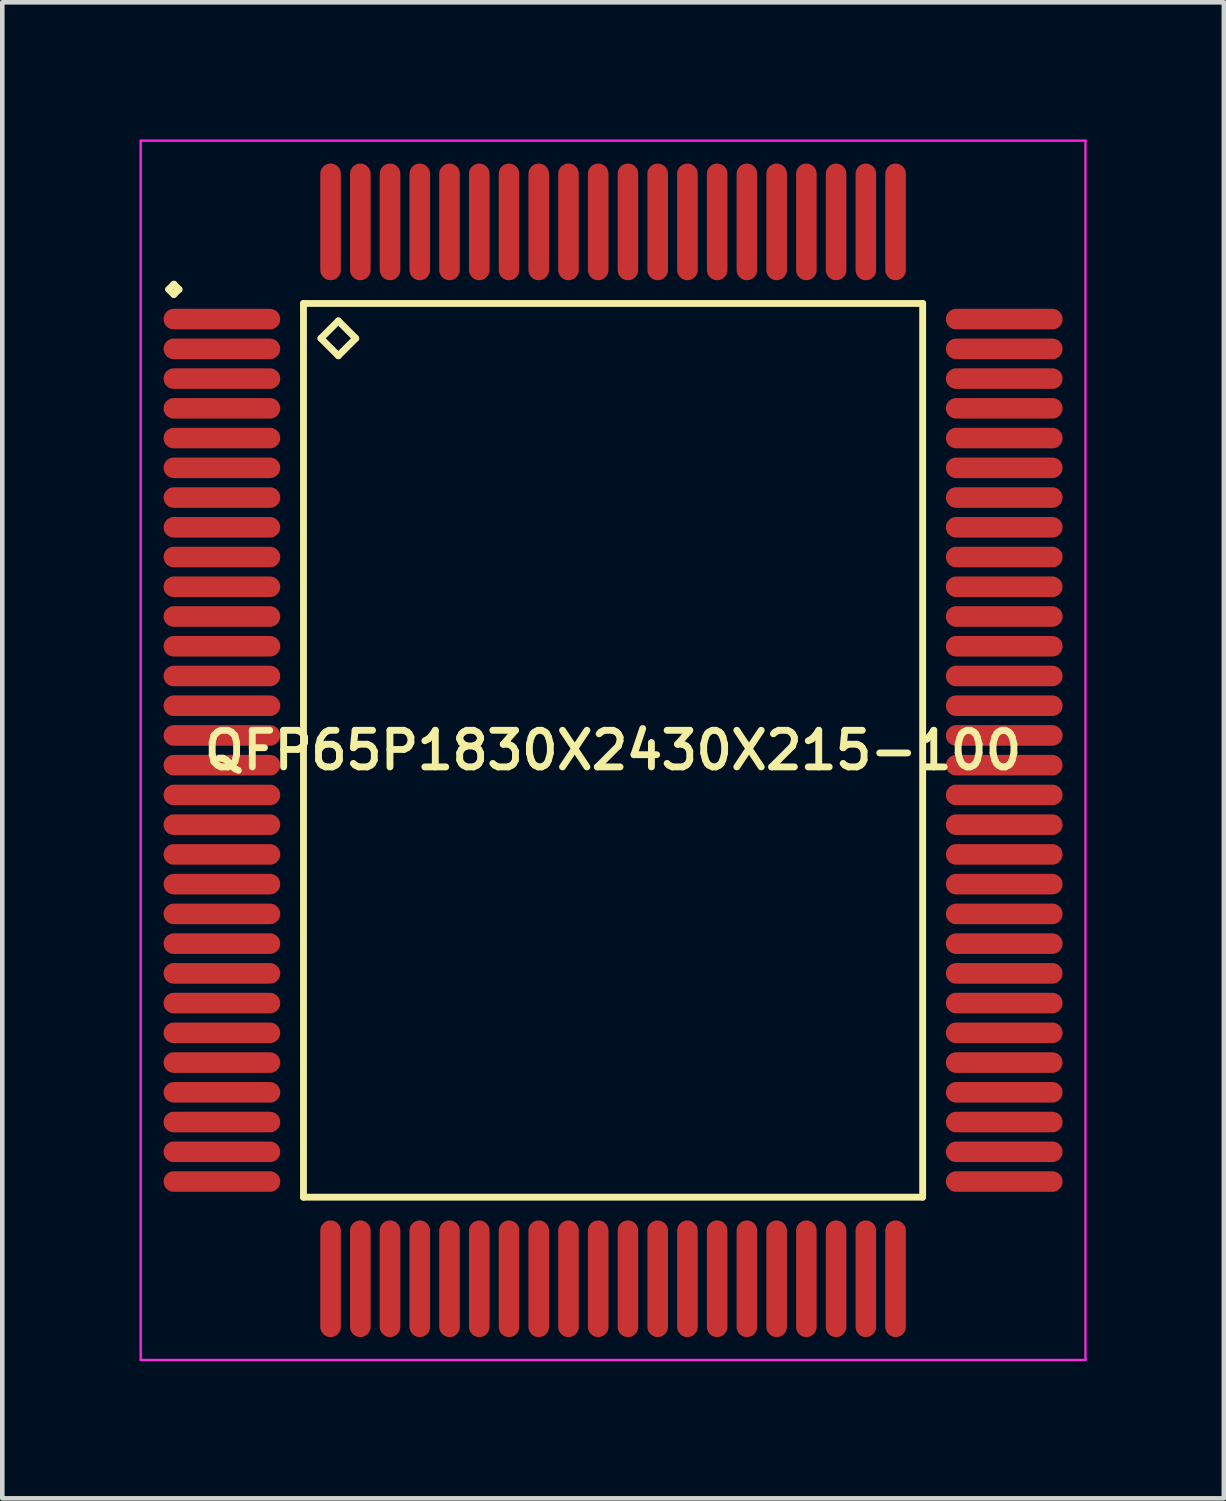
<source format=kicad_pcb>
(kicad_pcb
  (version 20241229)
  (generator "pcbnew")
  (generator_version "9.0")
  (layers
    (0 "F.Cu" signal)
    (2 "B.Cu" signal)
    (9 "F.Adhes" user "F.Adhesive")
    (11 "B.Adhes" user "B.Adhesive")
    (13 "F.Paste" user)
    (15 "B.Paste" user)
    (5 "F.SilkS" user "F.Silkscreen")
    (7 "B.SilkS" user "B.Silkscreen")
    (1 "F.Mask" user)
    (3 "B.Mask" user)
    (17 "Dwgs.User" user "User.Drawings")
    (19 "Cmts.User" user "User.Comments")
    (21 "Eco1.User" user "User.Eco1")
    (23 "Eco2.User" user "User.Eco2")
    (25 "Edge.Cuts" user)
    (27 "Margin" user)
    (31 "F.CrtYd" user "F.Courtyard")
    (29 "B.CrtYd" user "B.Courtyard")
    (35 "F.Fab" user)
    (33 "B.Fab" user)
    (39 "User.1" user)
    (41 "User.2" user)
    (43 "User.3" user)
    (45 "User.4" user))
  (footprint "QFP65P1830X2430X215-100"
    (layer "F.Cu")
    (at 10.35 13.35)
    (property "Reference" "QFP65P1830X2430X215-100" (at 0 0 0) (layer "F.SilkS") (effects (font (size 0.8 0.8) (thickness 0.15))))
    (attr smd)
    (fp_line (start -9.713 -10.075) (end -9.6 -10.188) (stroke (width 0.15) (type solid)) (layer "F.SilkS"))
    (fp_line (start -9.6 -10.188) (end -9.488 -10.075) (stroke (width 0.15) (type solid)) (layer "F.SilkS"))
    (fp_line (start -9.6 -9.963) (end -9.713 -10.075) (stroke (width 0.15) (type solid)) (layer "F.SilkS"))
    (fp_line (start -9.488 -10.075) (end -9.6 -9.963) (stroke (width 0.15) (type solid)) (layer "F.SilkS"))
    (fp_line (start -6.767 -9.767) (end -6.767 9.767) (stroke (width 0.15) (type solid)) (layer "F.SilkS"))
    (fp_line (start -6.767 9.767) (end 6.767 9.767) (stroke (width 0.15) (type solid)) (layer "F.SilkS"))
    (fp_line (start -6.386 -9.005) (end -6.005 -9.386) (stroke (width 0.15) (type solid)) (layer "F.SilkS"))
    (fp_line (start -6.005 -9.386) (end -5.624 -9.005) (stroke (width 0.15) (type solid)) (layer "F.SilkS"))
    (fp_line (start -6.005 -8.624) (end -6.386 -9.005) (stroke (width 0.15) (type solid)) (layer "F.SilkS"))
    (fp_line (start -5.624 -9.005) (end -6.005 -8.624) (stroke (width 0.15) (type solid)) (layer "F.SilkS"))
    (fp_line (start 6.767 -9.767) (end -6.767 -9.767) (stroke (width 0.15) (type solid)) (layer "F.SilkS"))
    (fp_line (start 6.767 9.767) (end 6.767 -9.767) (stroke (width 0.15) (type solid)) (layer "F.SilkS"))
    (fp_line (start -10.325 -13.325) (end 10.325 -13.325) (stroke (width 0.05) (type solid)) (layer "F.CrtYd"))
    (fp_line (start -10.325 13.325) (end -10.325 -13.325) (stroke (width 0.05) (type solid)) (layer "F.CrtYd"))
    (fp_line (start 10.325 -13.325) (end 10.325 13.325) (stroke (width 0.05) (type solid)) (layer "F.CrtYd"))
    (fp_line (start 10.325 13.325) (end -10.325 13.325) (stroke (width 0.05) (type solid)) (layer "F.CrtYd"))
    (pad "1" smd oval (at -8.55 -9.425) (size 2.55 0.45) (layers "F.Cu" "F.Mask" "F.Paste"))
    (pad "2" smd oval (at -8.55 -8.775) (size 2.55 0.45) (layers "F.Cu" "F.Mask" "F.Paste"))
    (pad "3" smd oval (at -8.55 -8.125) (size 2.55 0.45) (layers "F.Cu" "F.Mask" "F.Paste"))
    (pad "4" smd oval (at -8.55 -7.475) (size 2.55 0.45) (layers "F.Cu" "F.Mask" "F.Paste"))
    (pad "5" smd oval (at -8.55 -6.825) (size 2.55 0.45) (layers "F.Cu" "F.Mask" "F.Paste"))
    (pad "6" smd oval (at -8.55 -6.175) (size 2.55 0.45) (layers "F.Cu" "F.Mask" "F.Paste"))
    (pad "7" smd oval (at -8.55 -5.525) (size 2.55 0.45) (layers "F.Cu" "F.Mask" "F.Paste"))
    (pad "8" smd oval (at -8.55 -4.875) (size 2.55 0.45) (layers "F.Cu" "F.Mask" "F.Paste"))
    (pad "9" smd oval (at -8.55 -4.225) (size 2.55 0.45) (layers "F.Cu" "F.Mask" "F.Paste"))
    (pad "10" smd oval (at -8.55 -3.575) (size 2.55 0.45) (layers "F.Cu" "F.Mask" "F.Paste"))
    (pad "11" smd oval (at -8.55 -2.925) (size 2.55 0.45) (layers "F.Cu" "F.Mask" "F.Paste"))
    (pad "12" smd oval (at -8.55 -2.275) (size 2.55 0.45) (layers "F.Cu" "F.Mask" "F.Paste"))
    (pad "13" smd oval (at -8.55 -1.625) (size 2.55 0.45) (layers "F.Cu" "F.Mask" "F.Paste"))
    (pad "14" smd oval (at -8.55 -0.975) (size 2.55 0.45) (layers "F.Cu" "F.Mask" "F.Paste"))
    (pad "15" smd oval (at -8.55 -0.325) (size 2.55 0.45) (layers "F.Cu" "F.Mask" "F.Paste"))
    (pad "16" smd oval (at -8.55 0.325) (size 2.55 0.45) (layers "F.Cu" "F.Mask" "F.Paste"))
    (pad "17" smd oval (at -8.55 0.975) (size 2.55 0.45) (layers "F.Cu" "F.Mask" "F.Paste"))
    (pad "18" smd oval (at -8.55 1.625) (size 2.55 0.45) (layers "F.Cu" "F.Mask" "F.Paste"))
    (pad "19" smd oval (at -8.55 2.275) (size 2.55 0.45) (layers "F.Cu" "F.Mask" "F.Paste"))
    (pad "20" smd oval (at -8.55 2.925) (size 2.55 0.45) (layers "F.Cu" "F.Mask" "F.Paste"))
    (pad "21" smd oval (at -8.55 3.575) (size 2.55 0.45) (layers "F.Cu" "F.Mask" "F.Paste"))
    (pad "22" smd oval (at -8.55 4.225) (size 2.55 0.45) (layers "F.Cu" "F.Mask" "F.Paste"))
    (pad "23" smd oval (at -8.55 4.875) (size 2.55 0.45) (layers "F.Cu" "F.Mask" "F.Paste"))
    (pad "24" smd oval (at -8.55 5.525) (size 2.55 0.45) (layers "F.Cu" "F.Mask" "F.Paste"))
    (pad "25" smd oval (at -8.55 6.175) (size 2.55 0.45) (layers "F.Cu" "F.Mask" "F.Paste"))
    (pad "26" smd oval (at -8.55 6.825) (size 2.55 0.45) (layers "F.Cu" "F.Mask" "F.Paste"))
    (pad "27" smd oval (at -8.55 7.475) (size 2.55 0.45) (layers "F.Cu" "F.Mask" "F.Paste"))
    (pad "28" smd oval (at -8.55 8.125) (size 2.55 0.45) (layers "F.Cu" "F.Mask" "F.Paste"))
    (pad "29" smd oval (at -8.55 8.775) (size 2.55 0.45) (layers "F.Cu" "F.Mask" "F.Paste"))
    (pad "30" smd oval (at -8.55 9.425) (size 2.55 0.45) (layers "F.Cu" "F.Mask" "F.Paste"))
    (pad "31" smd oval (at -6.175 11.55) (size 0.45 2.55) (layers "F.Cu" "F.Mask" "F.Paste"))
    (pad "32" smd oval (at -5.525 11.55) (size 0.45 2.55) (layers "F.Cu" "F.Mask" "F.Paste"))
    (pad "33" smd oval (at -4.875 11.55) (size 0.45 2.55) (layers "F.Cu" "F.Mask" "F.Paste"))
    (pad "34" smd oval (at -4.225 11.55) (size 0.45 2.55) (layers "F.Cu" "F.Mask" "F.Paste"))
    (pad "35" smd oval (at -3.575 11.55) (size 0.45 2.55) (layers "F.Cu" "F.Mask" "F.Paste"))
    (pad "36" smd oval (at -2.925 11.55) (size 0.45 2.55) (layers "F.Cu" "F.Mask" "F.Paste"))
    (pad "37" smd oval (at -2.275 11.55) (size 0.45 2.55) (layers "F.Cu" "F.Mask" "F.Paste"))
    (pad "38" smd oval (at -1.625 11.55) (size 0.45 2.55) (layers "F.Cu" "F.Mask" "F.Paste"))
    (pad "39" smd oval (at -0.975 11.55) (size 0.45 2.55) (layers "F.Cu" "F.Mask" "F.Paste"))
    (pad "40" smd oval (at -0.325 11.55) (size 0.45 2.55) (layers "F.Cu" "F.Mask" "F.Paste"))
    (pad "41" smd oval (at 0.325 11.55) (size 0.45 2.55) (layers "F.Cu" "F.Mask" "F.Paste"))
    (pad "42" smd oval (at 0.975 11.55) (size 0.45 2.55) (layers "F.Cu" "F.Mask" "F.Paste"))
    (pad "43" smd oval (at 1.625 11.55) (size 0.45 2.55) (layers "F.Cu" "F.Mask" "F.Paste"))
    (pad "44" smd oval (at 2.275 11.55) (size 0.45 2.55) (layers "F.Cu" "F.Mask" "F.Paste"))
    (pad "45" smd oval (at 2.925 11.55) (size 0.45 2.55) (layers "F.Cu" "F.Mask" "F.Paste"))
    (pad "46" smd oval (at 3.575 11.55) (size 0.45 2.55) (layers "F.Cu" "F.Mask" "F.Paste"))
    (pad "47" smd oval (at 4.225 11.55) (size 0.45 2.55) (layers "F.Cu" "F.Mask" "F.Paste"))
    (pad "48" smd oval (at 4.875 11.55) (size 0.45 2.55) (layers "F.Cu" "F.Mask" "F.Paste"))
    (pad "49" smd oval (at 5.525 11.55) (size 0.45 2.55) (layers "F.Cu" "F.Mask" "F.Paste"))
    (pad "50" smd oval (at 6.175 11.55) (size 0.45 2.55) (layers "F.Cu" "F.Mask" "F.Paste"))
    (pad "51" smd oval (at 8.55 9.425) (size 2.55 0.45) (layers "F.Cu" "F.Mask" "F.Paste"))
    (pad "52" smd oval (at 8.55 8.775) (size 2.55 0.45) (layers "F.Cu" "F.Mask" "F.Paste"))
    (pad "53" smd oval (at 8.55 8.125) (size 2.55 0.45) (layers "F.Cu" "F.Mask" "F.Paste"))
    (pad "54" smd oval (at 8.55 7.475) (size 2.55 0.45) (layers "F.Cu" "F.Mask" "F.Paste"))
    (pad "55" smd oval (at 8.55 6.825) (size 2.55 0.45) (layers "F.Cu" "F.Mask" "F.Paste"))
    (pad "56" smd oval (at 8.55 6.175) (size 2.55 0.45) (layers "F.Cu" "F.Mask" "F.Paste"))
    (pad "57" smd oval (at 8.55 5.525) (size 2.55 0.45) (layers "F.Cu" "F.Mask" "F.Paste"))
    (pad "58" smd oval (at 8.55 4.875) (size 2.55 0.45) (layers "F.Cu" "F.Mask" "F.Paste"))
    (pad "59" smd oval (at 8.55 4.225) (size 2.55 0.45) (layers "F.Cu" "F.Mask" "F.Paste"))
    (pad "60" smd oval (at 8.55 3.575) (size 2.55 0.45) (layers "F.Cu" "F.Mask" "F.Paste"))
    (pad "61" smd oval (at 8.55 2.925) (size 2.55 0.45) (layers "F.Cu" "F.Mask" "F.Paste"))
    (pad "62" smd oval (at 8.55 2.275) (size 2.55 0.45) (layers "F.Cu" "F.Mask" "F.Paste"))
    (pad "63" smd oval (at 8.55 1.625) (size 2.55 0.45) (layers "F.Cu" "F.Mask" "F.Paste"))
    (pad "64" smd oval (at 8.55 0.975) (size 2.55 0.45) (layers "F.Cu" "F.Mask" "F.Paste"))
    (pad "65" smd oval (at 8.55 0.325) (size 2.55 0.45) (layers "F.Cu" "F.Mask" "F.Paste"))
    (pad "66" smd oval (at 8.55 -0.325) (size 2.55 0.45) (layers "F.Cu" "F.Mask" "F.Paste"))
    (pad "67" smd oval (at 8.55 -0.975) (size 2.55 0.45) (layers "F.Cu" "F.Mask" "F.Paste"))
    (pad "68" smd oval (at 8.55 -1.625) (size 2.55 0.45) (layers "F.Cu" "F.Mask" "F.Paste"))
    (pad "69" smd oval (at 8.55 -2.275) (size 2.55 0.45) (layers "F.Cu" "F.Mask" "F.Paste"))
    (pad "70" smd oval (at 8.55 -2.925) (size 2.55 0.45) (layers "F.Cu" "F.Mask" "F.Paste"))
    (pad "71" smd oval (at 8.55 -3.575) (size 2.55 0.45) (layers "F.Cu" "F.Mask" "F.Paste"))
    (pad "72" smd oval (at 8.55 -4.225) (size 2.55 0.45) (layers "F.Cu" "F.Mask" "F.Paste"))
    (pad "73" smd oval (at 8.55 -4.875) (size 2.55 0.45) (layers "F.Cu" "F.Mask" "F.Paste"))
    (pad "74" smd oval (at 8.55 -5.525) (size 2.55 0.45) (layers "F.Cu" "F.Mask" "F.Paste"))
    (pad "75" smd oval (at 8.55 -6.175) (size 2.55 0.45) (layers "F.Cu" "F.Mask" "F.Paste"))
    (pad "76" smd oval (at 8.55 -6.825) (size 2.55 0.45) (layers "F.Cu" "F.Mask" "F.Paste"))
    (pad "77" smd oval (at 8.55 -7.475) (size 2.55 0.45) (layers "F.Cu" "F.Mask" "F.Paste"))
    (pad "78" smd oval (at 8.55 -8.125) (size 2.55 0.45) (layers "F.Cu" "F.Mask" "F.Paste"))
    (pad "79" smd oval (at 8.55 -8.775) (size 2.55 0.45) (layers "F.Cu" "F.Mask" "F.Paste"))
    (pad "80" smd oval (at 8.55 -9.425) (size 2.55 0.45) (layers "F.Cu" "F.Mask" "F.Paste"))
    (pad "81" smd oval (at 6.175 -11.55) (size 0.45 2.55) (layers "F.Cu" "F.Mask" "F.Paste"))
    (pad "82" smd oval (at 5.525 -11.55) (size 0.45 2.55) (layers "F.Cu" "F.Mask" "F.Paste"))
    (pad "83" smd oval (at 4.875 -11.55) (size 0.45 2.55) (layers "F.Cu" "F.Mask" "F.Paste"))
    (pad "84" smd oval (at 4.225 -11.55) (size 0.45 2.55) (layers "F.Cu" "F.Mask" "F.Paste"))
    (pad "85" smd oval (at 3.575 -11.55) (size 0.45 2.55) (layers "F.Cu" "F.Mask" "F.Paste"))
    (pad "86" smd oval (at 2.925 -11.55) (size 0.45 2.55) (layers "F.Cu" "F.Mask" "F.Paste"))
    (pad "87" smd oval (at 2.275 -11.55) (size 0.45 2.55) (layers "F.Cu" "F.Mask" "F.Paste"))
    (pad "88" smd oval (at 1.625 -11.55) (size 0.45 2.55) (layers "F.Cu" "F.Mask" "F.Paste"))
    (pad "89" smd oval (at 0.975 -11.55) (size 0.45 2.55) (layers "F.Cu" "F.Mask" "F.Paste"))
    (pad "90" smd oval (at 0.325 -11.55) (size 0.45 2.55) (layers "F.Cu" "F.Mask" "F.Paste"))
    (pad "91" smd oval (at -0.325 -11.55) (size 0.45 2.55) (layers "F.Cu" "F.Mask" "F.Paste"))
    (pad "92" smd oval (at -0.975 -11.55) (size 0.45 2.55) (layers "F.Cu" "F.Mask" "F.Paste"))
    (pad "93" smd oval (at -1.625 -11.55) (size 0.45 2.55) (layers "F.Cu" "F.Mask" "F.Paste"))
    (pad "94" smd oval (at -2.275 -11.55) (size 0.45 2.55) (layers "F.Cu" "F.Mask" "F.Paste"))
    (pad "95" smd oval (at -2.925 -11.55) (size 0.45 2.55) (layers "F.Cu" "F.Mask" "F.Paste"))
    (pad "96" smd oval (at -3.575 -11.55) (size 0.45 2.55) (layers "F.Cu" "F.Mask" "F.Paste"))
    (pad "97" smd oval (at -4.225 -11.55) (size 0.45 2.55) (layers "F.Cu" "F.Mask" "F.Paste"))
    (pad "98" smd oval (at -4.875 -11.55) (size 0.45 2.55) (layers "F.Cu" "F.Mask" "F.Paste"))
    (pad "99" smd oval (at -5.525 -11.55) (size 0.45 2.55) (layers "F.Cu" "F.Mask" "F.Paste"))
    (pad "100" smd oval (at -6.175 -11.55) (size 0.45 2.55) (layers "F.Cu" "F.Mask" "F.Paste")))
  (gr_rect
    (start -3 -3)
    (end 23.7 29.7)
    (stroke (width 0.1) (type default))
    (fill no)
    (layer "Edge.Cuts")))
</source>
